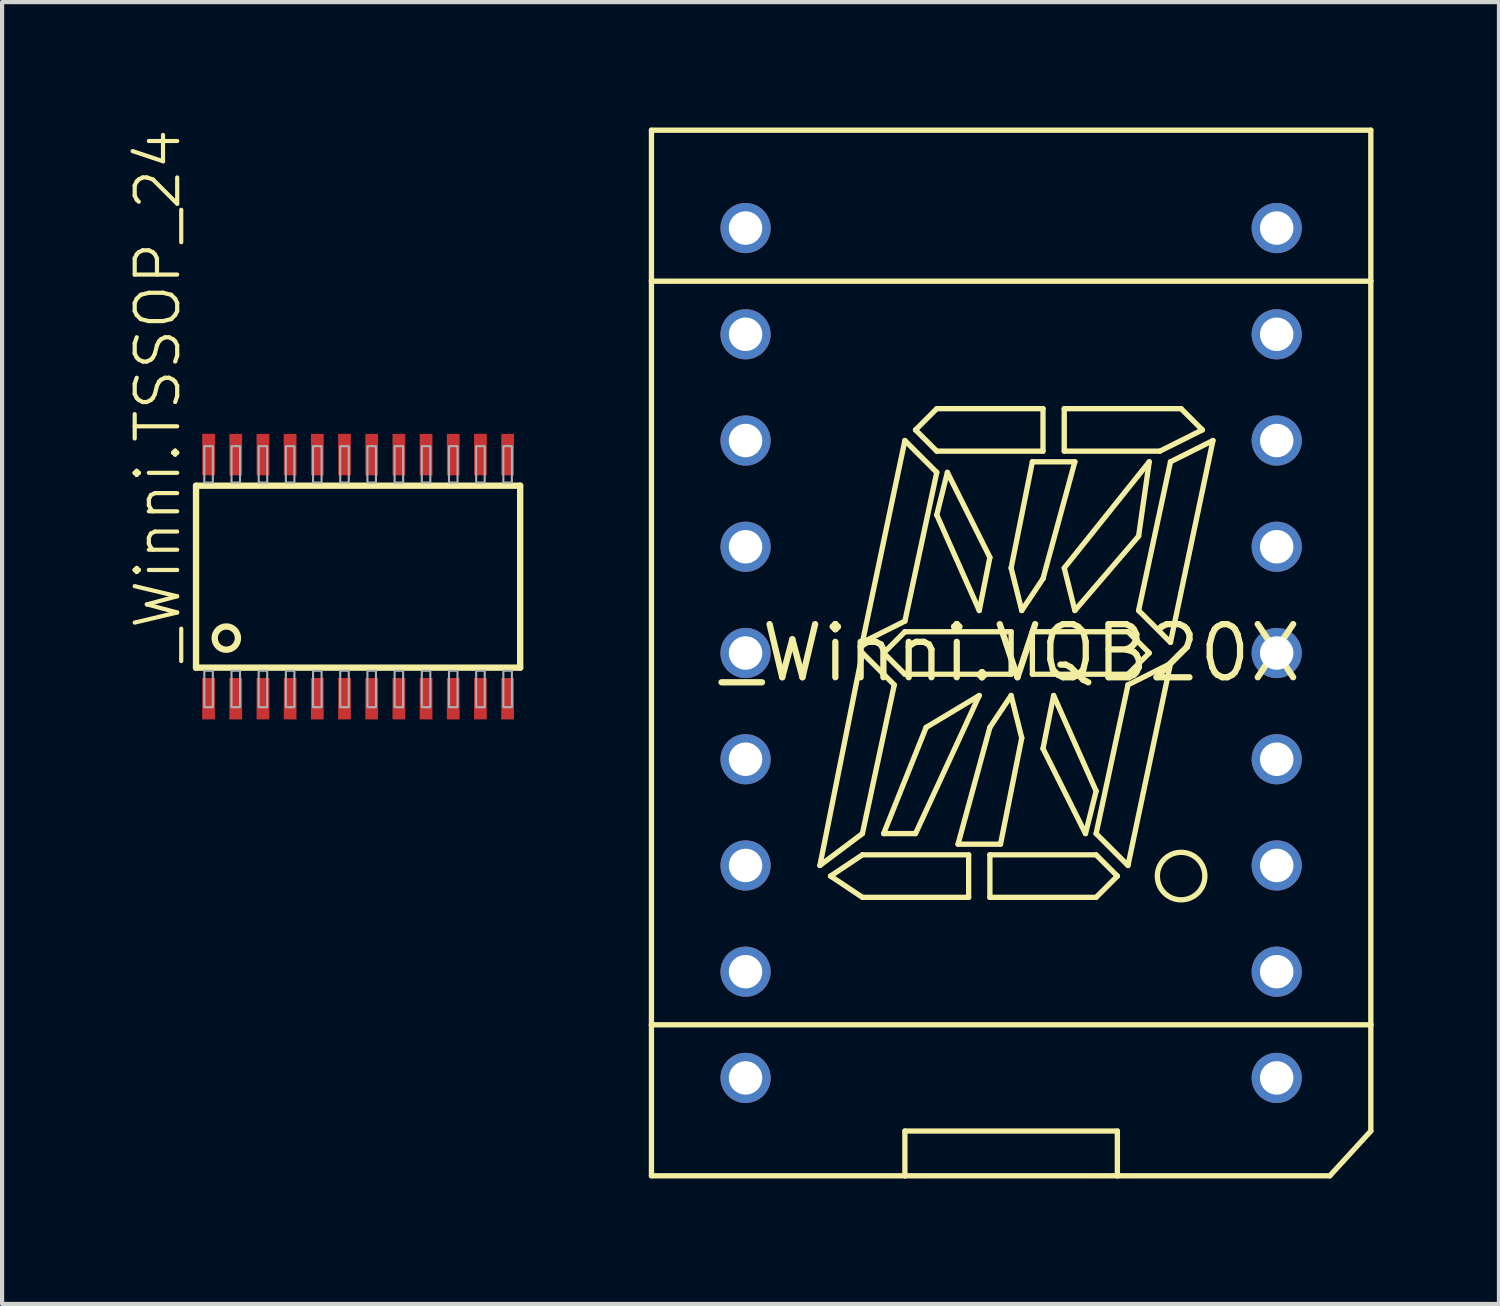
<source format=kicad_pcb>
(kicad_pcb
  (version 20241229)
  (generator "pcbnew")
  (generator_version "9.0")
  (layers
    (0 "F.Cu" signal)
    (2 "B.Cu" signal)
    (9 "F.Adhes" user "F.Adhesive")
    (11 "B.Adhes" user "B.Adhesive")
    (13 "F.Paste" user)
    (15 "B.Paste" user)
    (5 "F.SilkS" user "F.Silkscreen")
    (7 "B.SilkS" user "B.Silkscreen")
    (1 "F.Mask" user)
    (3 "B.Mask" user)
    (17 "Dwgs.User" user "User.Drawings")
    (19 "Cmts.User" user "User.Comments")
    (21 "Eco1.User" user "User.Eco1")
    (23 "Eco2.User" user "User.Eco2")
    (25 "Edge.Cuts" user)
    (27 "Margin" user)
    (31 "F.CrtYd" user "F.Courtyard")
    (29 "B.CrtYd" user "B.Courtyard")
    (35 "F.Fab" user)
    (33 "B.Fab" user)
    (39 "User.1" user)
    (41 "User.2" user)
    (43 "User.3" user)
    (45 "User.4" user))
  (footprint "_Winni.VQB20X"
    (layer "F.Cu")
    (at 21.126 12.563)
    (property "Reference" "_Winni.VQB20X" (at 0 0 0) (layer "F.SilkS") (effects (font (size 1.27 1.27) (thickness 0.15))))
    (attr through_hole)
    (fp_line (start -8.6 -12.5) (end 8.6 -12.5) (stroke (width 0.127) (type default)) (layer "F.SilkS"))
    (fp_line (start -8.6 -8.89) (end -8.6 -12.5) (stroke (width 0.127) (type default)) (layer "F.SilkS"))
    (fp_line (start -8.6 -8.89) (end 8.6 -8.89) (stroke (width 0.127) (type default)) (layer "F.SilkS"))
    (fp_line (start -8.6 8.89) (end -8.6 -8.89) (stroke (width 0.127) (type default)) (layer "F.SilkS"))
    (fp_line (start -8.6 8.89) (end 8.6 8.89) (stroke (width 0.127) (type default)) (layer "F.SilkS"))
    (fp_line (start -8.6 12.5) (end -8.6 8.89) (stroke (width 0.127) (type default)) (layer "F.SilkS"))
    (fp_line (start -8.6 12.5) (end -2.54 12.5) (stroke (width 0.127) (type default)) (layer "F.SilkS"))
    (fp_line (start -4.572 5.08) (end -3.556 0) (stroke (width 0.127) (type default)) (layer "F.SilkS"))
    (fp_line (start -4.318 5.334) (end -3.556 4.826) (stroke (width 0.127) (type default)) (layer "F.SilkS"))
    (fp_line (start -3.556 -0.254) (end -2.54 -5.08) (stroke (width 0.127) (type default)) (layer "F.SilkS"))
    (fp_line (start -3.556 0) (end -2.794 0.762) (stroke (width 0.127) (type default)) (layer "F.SilkS"))
    (fp_line (start -3.556 4.318) (end -4.572 5.08) (stroke (width 0.127) (type default)) (layer "F.SilkS"))
    (fp_line (start -3.556 4.826) (end -1.016 4.826) (stroke (width 0.127) (type default)) (layer "F.SilkS"))
    (fp_line (start -3.556 5.842) (end -4.318 5.334) (stroke (width 0.127) (type default)) (layer "F.SilkS"))
    (fp_line (start -3.048 0) (end -2.54 0.508) (stroke (width 0.127) (type default)) (layer "F.SilkS"))
    (fp_line (start -3.048 4.318) (end -2.286 4.318) (stroke (width 0.127) (type default)) (layer "F.SilkS"))
    (fp_line (start -2.794 0.762) (end -3.556 4.318) (stroke (width 0.127) (type default)) (layer "F.SilkS"))
    (fp_line (start -2.54 -5.08) (end -1.778 -4.318) (stroke (width 0.127) (type default)) (layer "F.SilkS"))
    (fp_line (start -2.54 -0.762) (end -3.556 -0.254) (stroke (width 0.127) (type default)) (layer "F.SilkS"))
    (fp_line (start -2.54 -0.508) (end -3.048 0) (stroke (width 0.127) (type default)) (layer "F.SilkS"))
    (fp_line (start -2.54 0.508) (end 0 0.508) (stroke (width 0.127) (type default)) (layer "F.SilkS"))
    (fp_line (start -2.54 11.43) (end 2.54 11.43) (stroke (width 0.127) (type default)) (layer "F.SilkS"))
    (fp_line (start -2.54 12.5) (end -2.54 11.43) (stroke (width 0.127) (type default)) (layer "F.SilkS"))
    (fp_line (start -2.54 12.5) (end 2.54 12.5) (stroke (width 0.127) (type default)) (layer "F.SilkS"))
    (fp_line (start -2.286 -5.334) (end -1.778 -4.826) (stroke (width 0.127) (type default)) (layer "F.SilkS"))
    (fp_line (start -2.286 4.318) (end -0.762 1.016) (stroke (width 0.127) (type default)) (layer "F.SilkS"))
    (fp_line (start -2.032 1.778) (end -3.048 4.318) (stroke (width 0.127) (type default)) (layer "F.SilkS"))
    (fp_line (start -1.778 -5.842) (end -2.286 -5.334) (stroke (width 0.127) (type default)) (layer "F.SilkS"))
    (fp_line (start -1.778 -4.826) (end 0.762 -4.826) (stroke (width 0.127) (type default)) (layer "F.SilkS"))
    (fp_line (start -1.778 -4.318) (end -2.54 -0.762) (stroke (width 0.127) (type default)) (layer "F.SilkS"))
    (fp_line (start -1.778 -3.302) (end -0.762 -1.016) (stroke (width 0.127) (type default)) (layer "F.SilkS"))
    (fp_line (start -1.524 -4.318) (end -1.778 -3.302) (stroke (width 0.127) (type default)) (layer "F.SilkS"))
    (fp_line (start -1.524 -4.318) (end -0.508 -2.286) (stroke (width 0.127) (type default)) (layer "F.SilkS"))
    (fp_line (start -1.27 4.572) (end -0.254 4.572) (stroke (width 0.127) (type default)) (layer "F.SilkS"))
    (fp_line (start -1.016 4.826) (end -1.016 5.842) (stroke (width 0.127) (type default)) (layer "F.SilkS"))
    (fp_line (start -1.016 5.842) (end -3.556 5.842) (stroke (width 0.127) (type default)) (layer "F.SilkS"))
    (fp_line (start -0.762 -1.016) (end -0.508 -2.286) (stroke (width 0.127) (type default)) (layer "F.SilkS"))
    (fp_line (start -0.762 1.016) (end -2.032 1.778) (stroke (width 0.127) (type default)) (layer "F.SilkS"))
    (fp_line (start -0.508 1.778) (end -1.27 4.572) (stroke (width 0.127) (type default)) (layer "F.SilkS"))
    (fp_line (start -0.508 4.826) (end -0.508 5.842) (stroke (width 0.127) (type default)) (layer "F.SilkS"))
    (fp_line (start -0.508 5.842) (end 2.032 5.842) (stroke (width 0.127) (type default)) (layer "F.SilkS"))
    (fp_line (start -0.254 4.572) (end 0.254 2.032) (stroke (width 0.127) (type default)) (layer "F.SilkS"))
    (fp_line (start 0 -2.032) (end 0.254 -1.016) (stroke (width 0.127) (type default)) (layer "F.SilkS"))
    (fp_line (start 0 -0.508) (end -2.54 -0.508) (stroke (width 0.127) (type default)) (layer "F.SilkS"))
    (fp_line (start 0 0.508) (end 0 -0.508) (stroke (width 0.127) (type default)) (layer "F.SilkS"))
    (fp_line (start 0 1.016) (end -0.508 1.778) (stroke (width 0.127) (type default)) (layer "F.SilkS"))
    (fp_line (start 0.254 -1.016) (end 0.762 -1.778) (stroke (width 0.127) (type default)) (layer "F.SilkS"))
    (fp_line (start 0.254 2.032) (end 0 1.016) (stroke (width 0.127) (type default)) (layer "F.SilkS"))
    (fp_line (start 0.508 -4.572) (end 0 -2.032) (stroke (width 0.127) (type default)) (layer "F.SilkS"))
    (fp_line (start 0.508 -0.508) (end 2.794 -0.508) (stroke (width 0.127) (type default)) (layer "F.SilkS"))
    (fp_line (start 0.508 0.508) (end 0.508 -0.508) (stroke (width 0.127) (type default)) (layer "F.SilkS"))
    (fp_line (start 0.762 -5.842) (end -1.778 -5.842) (stroke (width 0.127) (type default)) (layer "F.SilkS"))
    (fp_line (start 0.762 -4.826) (end 0.762 -5.842) (stroke (width 0.127) (type default)) (layer "F.SilkS"))
    (fp_line (start 0.762 -1.778) (end 1.524 -4.572) (stroke (width 0.127) (type default)) (layer "F.SilkS"))
    (fp_line (start 1.016 1.016) (end 0.762 2.286) (stroke (width 0.127) (type default)) (layer "F.SilkS"))
    (fp_line (start 1.27 -5.842) (end 4.064 -5.842) (stroke (width 0.127) (type default)) (layer "F.SilkS"))
    (fp_line (start 1.27 -4.826) (end 1.27 -5.842) (stroke (width 0.127) (type default)) (layer "F.SilkS"))
    (fp_line (start 1.27 -2.032) (end 3.302 -4.572) (stroke (width 0.127) (type default)) (layer "F.SilkS"))
    (fp_line (start 1.524 -4.572) (end 0.508 -4.572) (stroke (width 0.127) (type default)) (layer "F.SilkS"))
    (fp_line (start 1.524 -1.016) (end 1.27 -2.032) (stroke (width 0.127) (type default)) (layer "F.SilkS"))
    (fp_line (start 1.778 4.318) (end 0.762 2.286) (stroke (width 0.127) (type default)) (layer "F.SilkS"))
    (fp_line (start 1.778 4.318) (end 2.032 3.302) (stroke (width 0.127) (type default)) (layer "F.SilkS"))
    (fp_line (start 2.032 3.302) (end 1.016 1.016) (stroke (width 0.127) (type default)) (layer "F.SilkS"))
    (fp_line (start 2.032 4.318) (end 2.794 0.762) (stroke (width 0.127) (type default)) (layer "F.SilkS"))
    (fp_line (start 2.032 4.826) (end -0.508 4.826) (stroke (width 0.127) (type default)) (layer "F.SilkS"))
    (fp_line (start 2.032 5.842) (end 2.54 5.334) (stroke (width 0.127) (type default)) (layer "F.SilkS"))
    (fp_line (start 2.54 5.334) (end 2.032 4.826) (stroke (width 0.127) (type default)) (layer "F.SilkS"))
    (fp_line (start 2.54 11.43) (end 2.54 12.5) (stroke (width 0.127) (type default)) (layer "F.SilkS"))
    (fp_line (start 2.54 12.5) (end 7.62 12.5) (stroke (width 0.127) (type default)) (layer "F.SilkS"))
    (fp_line (start 2.794 -0.508) (end 3.302 0) (stroke (width 0.127) (type default)) (layer "F.SilkS"))
    (fp_line (start 2.794 0.508) (end 0.508 0.508) (stroke (width 0.127) (type default)) (layer "F.SilkS"))
    (fp_line (start 2.794 0.762) (end 3.81 0.254) (stroke (width 0.127) (type default)) (layer "F.SilkS"))
    (fp_line (start 2.794 5.08) (end 2.032 4.318) (stroke (width 0.127) (type default)) (layer "F.SilkS"))
    (fp_line (start 3.048 -2.794) (end 1.524 -1.016) (stroke (width 0.127) (type default)) (layer "F.SilkS"))
    (fp_line (start 3.048 -1.016) (end 3.81 -4.572) (stroke (width 0.127) (type default)) (layer "F.SilkS"))
    (fp_line (start 3.302 -4.572) (end 3.048 -2.794) (stroke (width 0.127) (type default)) (layer "F.SilkS"))
    (fp_line (start 3.302 0) (end 2.794 0.508) (stroke (width 0.127) (type default)) (layer "F.SilkS"))
    (fp_line (start 3.556 -4.826) (end 1.27 -4.826) (stroke (width 0.127) (type default)) (layer "F.SilkS"))
    (fp_line (start 3.81 -4.572) (end 4.826 -5.08) (stroke (width 0.127) (type default)) (layer "F.SilkS"))
    (fp_line (start 3.81 -0.254) (end 3.048 -1.016) (stroke (width 0.127) (type default)) (layer "F.SilkS"))
    (fp_line (start 3.81 -0.254) (end 4.826 -5.08) (stroke (width 0.127) (type default)) (layer "F.SilkS"))
    (fp_line (start 3.81 0.254) (end 2.794 5.08) (stroke (width 0.127) (type default)) (layer "F.SilkS"))
    (fp_line (start 4.064 -5.842) (end 4.572 -5.334) (stroke (width 0.127) (type default)) (layer "F.SilkS"))
    (fp_line (start 4.572 -5.334) (end 3.556 -4.826) (stroke (width 0.127) (type default)) (layer "F.SilkS"))
    (fp_line (start 7.62 12.5) (end 8.6 11.43) (stroke (width 0.127) (type default)) (layer "F.SilkS"))
    (fp_line (start 8.6 -8.89) (end 8.6 -12.5) (stroke (width 0.127) (type default)) (layer "F.SilkS"))
    (fp_line (start 8.6 8.89) (end 8.6 -8.89) (stroke (width 0.127) (type default)) (layer "F.SilkS"))
    (fp_line (start 8.6 11.43) (end 8.6 8.89) (stroke (width 0.127) (type default)) (layer "F.SilkS"))
    (fp_circle (center 4.064 5.334) (end 4.632 5.334) (stroke (width 0.127) (type default)) (fill no) (layer "F.SilkS"))
    (pad "1" thru_hole circle (at -6.35 -10.16) (size 1.2 1.2) (drill 0.8) (layers "*.Cu" "*.Mask"))
    (pad "2" thru_hole circle (at -6.35 -7.62) (size 1.2 1.2) (drill 0.8) (layers "*.Cu" "*.Mask"))
    (pad "3" thru_hole circle (at -6.35 -5.08) (size 1.2 1.2) (drill 0.8) (layers "*.Cu" "*.Mask"))
    (pad "4" thru_hole circle (at -6.35 -2.54) (size 1.2 1.2) (drill 0.8) (layers "*.Cu" "*.Mask"))
    (pad "5" thru_hole circle (at -6.35 0) (size 1.2 1.2) (drill 0.8) (layers "*.Cu" "*.Mask"))
    (pad "6" thru_hole circle (at -6.35 2.54) (size 1.2 1.2) (drill 0.8) (layers "*.Cu" "*.Mask"))
    (pad "7" thru_hole circle (at -6.35 5.08) (size 1.2 1.2) (drill 0.8) (layers "*.Cu" "*.Mask"))
    (pad "8" thru_hole circle (at -6.35 7.62) (size 1.2 1.2) (drill 0.8) (layers "*.Cu" "*.Mask"))
    (pad "9" thru_hole circle (at -6.35 10.16) (size 1.2 1.2) (drill 0.8) (layers "*.Cu" "*.Mask"))
    (pad "10" thru_hole circle (at 6.35 10.16) (size 1.2 1.2) (drill 0.8) (layers "*.Cu" "*.Mask"))
    (pad "11" thru_hole circle (at 6.35 7.62) (size 1.2 1.2) (drill 0.8) (layers "*.Cu" "*.Mask"))
    (pad "12" thru_hole circle (at 6.35 5.08) (size 1.2 1.2) (drill 0.8) (layers "*.Cu" "*.Mask"))
    (pad "13" thru_hole circle (at 6.35 2.54) (size 1.2 1.2) (drill 0.8) (layers "*.Cu" "*.Mask"))
    (pad "14" thru_hole circle (at 6.35 0) (size 1.2 1.2) (drill 0.8) (layers "*.Cu" "*.Mask"))
    (pad "15" thru_hole circle (at 6.35 -2.54) (size 1.2 1.2) (drill 0.8) (layers "*.Cu" "*.Mask"))
    (pad "16" thru_hole circle (at 6.35 -5.08) (size 1.2 1.2) (drill 0.8) (layers "*.Cu" "*.Mask"))
    (pad "17" thru_hole circle (at 6.35 -7.62) (size 1.2 1.2) (drill 0.8) (layers "*.Cu" "*.Mask"))
    (pad "18" thru_hole circle (at 6.35 -10.16) (size 1.2 1.2) (drill 0.8) (layers "*.Cu" "*.Mask")))
  (footprint "_Winni.TSSOP_24"
    (layer "F.Cu")
    (at 5.512 10.738)
    (property "Reference" "_Winni.TSSOP_24" (at -4.196 2.083 90) (layer "F.SilkS") (effects (font (size 1.016 1.016) (thickness 0.1)) (justify left bottom)))
    (attr smd)
    (fp_line (start -3.875 2.175) (end -3.875 -2.175) (stroke (width 0.152) (type default)) (layer "F.SilkS"))
    (fp_line (start -3.875 2.175) (end 3.875 2.175) (stroke (width 0.152) (type default)) (layer "F.SilkS"))
    (fp_line (start 3.875 -2.175) (end -3.875 -2.175) (stroke (width 0.152) (type default)) (layer "F.SilkS"))
    (fp_line (start 3.875 -2.175) (end 3.875 2.175) (stroke (width 0.152) (type default)) (layer "F.SilkS"))
    (fp_circle (center -3.151 1.469) (end -2.873 1.469) (stroke (width 0.152) (type default)) (fill no) (layer "F.SilkS"))
    (fp_rect (start -3.677 -2.25) (end -3.473 -3.121) (stroke (width 0.05) (type default)) (fill no) (layer "F.Fab"))
    (fp_rect (start -3.677 3.121) (end -3.473 2.25) (stroke (width 0.05) (type default)) (fill no) (layer "F.Fab"))
    (fp_rect (start -3.027 -2.25) (end -2.823 -3.121) (stroke (width 0.05) (type default)) (fill no) (layer "F.Fab"))
    (fp_rect (start -3.027 3.121) (end -2.823 2.25) (stroke (width 0.05) (type default)) (fill no) (layer "F.Fab"))
    (fp_rect (start -2.377 -2.25) (end -2.173 -3.121) (stroke (width 0.05) (type default)) (fill no) (layer "F.Fab"))
    (fp_rect (start -2.377 3.121) (end -2.173 2.25) (stroke (width 0.05) (type default)) (fill no) (layer "F.Fab"))
    (fp_rect (start -1.727 -2.25) (end -1.523 -3.121) (stroke (width 0.05) (type default)) (fill no) (layer "F.Fab"))
    (fp_rect (start -1.727 3.121) (end -1.523 2.25) (stroke (width 0.05) (type default)) (fill no) (layer "F.Fab"))
    (fp_rect (start -1.077 -2.25) (end -0.873 -3.121) (stroke (width 0.05) (type default)) (fill no) (layer "F.Fab"))
    (fp_rect (start -1.077 3.121) (end -0.873 2.25) (stroke (width 0.05) (type default)) (fill no) (layer "F.Fab"))
    (fp_rect (start -0.427 -2.25) (end -0.223 -3.121) (stroke (width 0.05) (type default)) (fill no) (layer "F.Fab"))
    (fp_rect (start -0.427 3.121) (end -0.223 2.25) (stroke (width 0.05) (type default)) (fill no) (layer "F.Fab"))
    (fp_rect (start 0.223 -2.25) (end 0.427 -3.121) (stroke (width 0.05) (type default)) (fill no) (layer "F.Fab"))
    (fp_rect (start 0.223 3.121) (end 0.427 2.25) (stroke (width 0.05) (type default)) (fill no) (layer "F.Fab"))
    (fp_rect (start 0.873 -2.25) (end 1.077 -3.121) (stroke (width 0.05) (type default)) (fill no) (layer "F.Fab"))
    (fp_rect (start 0.873 3.121) (end 1.077 2.25) (stroke (width 0.05) (type default)) (fill no) (layer "F.Fab"))
    (fp_rect (start 1.523 -2.25) (end 1.727 -3.121) (stroke (width 0.05) (type default)) (fill no) (layer "F.Fab"))
    (fp_rect (start 1.523 3.121) (end 1.727 2.25) (stroke (width 0.05) (type default)) (fill no) (layer "F.Fab"))
    (fp_rect (start 2.173 -2.25) (end 2.377 -3.121) (stroke (width 0.05) (type default)) (fill no) (layer "F.Fab"))
    (fp_rect (start 2.173 3.121) (end 2.377 2.25) (stroke (width 0.05) (type default)) (fill no) (layer "F.Fab"))
    (fp_rect (start 2.823 -2.25) (end 3.027 -3.121) (stroke (width 0.05) (type default)) (fill no) (layer "F.Fab"))
    (fp_rect (start 2.823 3.121) (end 3.027 2.25) (stroke (width 0.05) (type default)) (fill no) (layer "F.Fab"))
    (fp_rect (start 3.473 -2.25) (end 3.677 -3.121) (stroke (width 0.05) (type default)) (fill no) (layer "F.Fab"))
    (fp_rect (start 3.473 3.121) (end 3.677 2.25) (stroke (width 0.05) (type default)) (fill no) (layer "F.Fab"))
    (pad "1" smd roundrect (at -3.575 2.918) (size 0.305 0.991) (layers "F.Cu" "F.Mask" "F.Paste") (roundrect_rratio 0.01))
    (pad "2" smd roundrect (at -2.925 2.918) (size 0.305 0.991) (layers "F.Cu" "F.Mask" "F.Paste") (roundrect_rratio 0.01))
    (pad "3" smd roundrect (at -2.275 2.918) (size 0.305 0.991) (layers "F.Cu" "F.Mask" "F.Paste") (roundrect_rratio 0.01))
    (pad "4" smd roundrect (at -1.625 2.918) (size 0.305 0.991) (layers "F.Cu" "F.Mask" "F.Paste") (roundrect_rratio 0.01))
    (pad "5" smd roundrect (at -0.975 2.918) (size 0.305 0.991) (layers "F.Cu" "F.Mask" "F.Paste") (roundrect_rratio 0.01))
    (pad "6" smd roundrect (at -0.325 2.918) (size 0.305 0.991) (layers "F.Cu" "F.Mask" "F.Paste") (roundrect_rratio 0.01))
    (pad "7" smd roundrect (at 0.325 2.918) (size 0.305 0.991) (layers "F.Cu" "F.Mask" "F.Paste") (roundrect_rratio 0.01))
    (pad "8" smd roundrect (at 0.975 2.918) (size 0.305 0.991) (layers "F.Cu" "F.Mask" "F.Paste") (roundrect_rratio 0.01))
    (pad "9" smd roundrect (at 1.625 2.918) (size 0.305 0.991) (layers "F.Cu" "F.Mask" "F.Paste") (roundrect_rratio 0.01))
    (pad "10" smd roundrect (at 2.275 2.918) (size 0.305 0.991) (layers "F.Cu" "F.Mask" "F.Paste") (roundrect_rratio 0.01))
    (pad "11" smd roundrect (at 2.925 2.918) (size 0.305 0.991) (layers "F.Cu" "F.Mask" "F.Paste") (roundrect_rratio 0.01))
    (pad "12" smd roundrect (at 3.575 2.918) (size 0.305 0.991) (layers "F.Cu" "F.Mask" "F.Paste") (roundrect_rratio 0.01))
    (pad "13" smd roundrect (at 3.575 -2.918) (size 0.305 0.991) (layers "F.Cu" "F.Mask" "F.Paste") (roundrect_rratio 0.01))
    (pad "14" smd roundrect (at 2.925 -2.918) (size 0.305 0.991) (layers "F.Cu" "F.Mask" "F.Paste") (roundrect_rratio 0.01))
    (pad "15" smd roundrect (at 2.275 -2.918) (size 0.305 0.991) (layers "F.Cu" "F.Mask" "F.Paste") (roundrect_rratio 0.01))
    (pad "16" smd roundrect (at 1.625 -2.918) (size 0.305 0.991) (layers "F.Cu" "F.Mask" "F.Paste") (roundrect_rratio 0.01))
    (pad "17" smd roundrect (at 0.975 -2.918) (size 0.305 0.991) (layers "F.Cu" "F.Mask" "F.Paste") (roundrect_rratio 0.01))
    (pad "18" smd roundrect (at 0.325 -2.918) (size 0.305 0.991) (layers "F.Cu" "F.Mask" "F.Paste") (roundrect_rratio 0.01))
    (pad "19" smd roundrect (at -0.325 -2.918) (size 0.305 0.991) (layers "F.Cu" "F.Mask" "F.Paste") (roundrect_rratio 0.01))
    (pad "20" smd roundrect (at -0.975 -2.918) (size 0.305 0.991) (layers "F.Cu" "F.Mask" "F.Paste") (roundrect_rratio 0.01))
    (pad "21" smd roundrect (at -1.625 -2.918) (size 0.305 0.991) (layers "F.Cu" "F.Mask" "F.Paste") (roundrect_rratio 0.01))
    (pad "22" smd roundrect (at -2.275 -2.918) (size 0.305 0.991) (layers "F.Cu" "F.Mask" "F.Paste") (roundrect_rratio 0.01))
    (pad "23" smd roundrect (at -2.925 -2.918) (size 0.305 0.991) (layers "F.Cu" "F.Mask" "F.Paste") (roundrect_rratio 0.01))
    (pad "24" smd roundrect (at -3.575 -2.918) (size 0.305 0.991) (layers "F.Cu" "F.Mask" "F.Paste") (roundrect_rratio 0.01)))
  (gr_rect
    (start -3 -3)
    (end 32.79 28.127)
    (stroke (width 0.1) (type default))
    (fill no)
    (layer "Edge.Cuts")))
</source>
